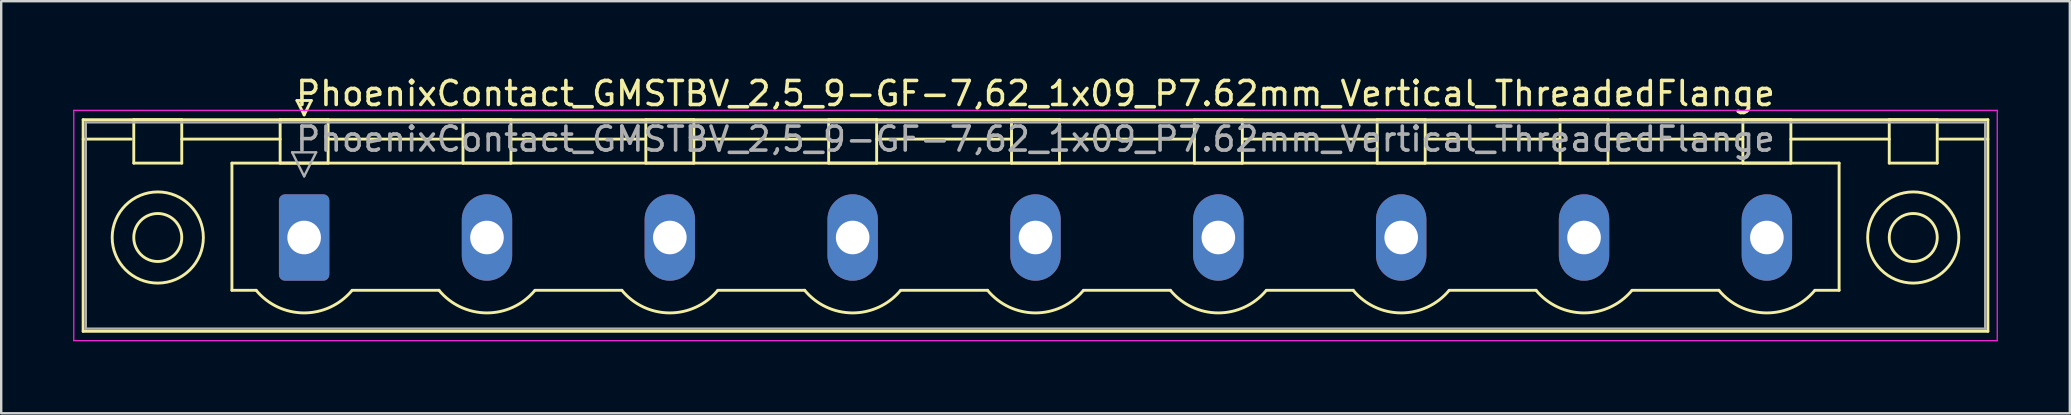
<source format=kicad_pcb>
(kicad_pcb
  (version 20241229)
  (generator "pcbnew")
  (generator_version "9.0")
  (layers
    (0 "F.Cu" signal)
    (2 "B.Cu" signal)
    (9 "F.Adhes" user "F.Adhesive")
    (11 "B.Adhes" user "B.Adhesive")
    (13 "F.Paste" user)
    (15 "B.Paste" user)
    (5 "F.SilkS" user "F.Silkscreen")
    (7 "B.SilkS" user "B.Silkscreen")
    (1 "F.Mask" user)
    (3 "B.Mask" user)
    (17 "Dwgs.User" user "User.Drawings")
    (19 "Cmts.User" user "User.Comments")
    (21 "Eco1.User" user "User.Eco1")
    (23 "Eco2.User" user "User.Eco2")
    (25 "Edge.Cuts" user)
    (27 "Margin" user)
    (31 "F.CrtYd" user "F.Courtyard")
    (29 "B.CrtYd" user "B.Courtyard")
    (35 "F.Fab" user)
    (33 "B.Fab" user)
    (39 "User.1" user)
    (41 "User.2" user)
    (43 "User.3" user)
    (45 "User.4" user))
  (footprint "PhoenixContact_GMSTBV_2,5_9-GF-7,62_1x09_P7.62mm_Vertical_ThreadedFlange"
    (layer "F.Cu")
    (at 9.625 6.848)
    (property "Reference" "PhoenixContact_GMSTBV_2,5_9-GF-7,62_1x09_P7.62mm_Vertical_ThreadedFlange" (at 30.48 -6 0) (layer "F.SilkS") (effects (font (size 1 1) (thickness 0.15))))
    (attr through_hole)
    (fp_line (start -9.21 -4.91) (end -9.21 3.91) (stroke (width 0.12) (type solid)) (layer "F.SilkS"))
    (fp_line (start -9.21 -4.1) (end -7.21 -4.1) (stroke (width 0.12) (type solid)) (layer "F.SilkS"))
    (fp_line (start -9.21 3.91) (end 70.17 3.91) (stroke (width 0.12) (type solid)) (layer "F.SilkS"))
    (fp_line (start -7.1 -4.91) (end -5.1 -4.91) (stroke (width 0.12) (type solid)) (layer "F.SilkS"))
    (fp_line (start -7.1 -3.1) (end -7.1 -4.91) (stroke (width 0.12) (type solid)) (layer "F.SilkS"))
    (fp_line (start -5.1 -4.91) (end -5.1 -3.1) (stroke (width 0.12) (type solid)) (layer "F.SilkS"))
    (fp_line (start -5.1 -4.1) (end -1 -4.1) (stroke (width 0.12) (type solid)) (layer "F.SilkS"))
    (fp_line (start -5.1 -3.1) (end -7.1 -3.1) (stroke (width 0.12) (type solid)) (layer "F.SilkS"))
    (fp_line (start -3.01 -3.1) (end 63.97 -3.1) (stroke (width 0.12) (type solid)) (layer "F.SilkS"))
    (fp_line (start -3.01 2.2) (end -3.01 -3.1) (stroke (width 0.12) (type solid)) (layer "F.SilkS"))
    (fp_line (start -2 2.2) (end -3.01 2.2) (stroke (width 0.12) (type solid)) (layer "F.SilkS"))
    (fp_line (start -1 -4.91) (end 1 -4.91) (stroke (width 0.12) (type solid)) (layer "F.SilkS"))
    (fp_line (start -1 -3.1) (end -1 -4.91) (stroke (width 0.12) (type solid)) (layer "F.SilkS"))
    (fp_line (start -0.3 -5.71) (end 0.3 -5.71) (stroke (width 0.12) (type solid)) (layer "F.SilkS"))
    (fp_line (start 0 -5.11) (end -0.3 -5.71) (stroke (width 0.12) (type solid)) (layer "F.SilkS"))
    (fp_line (start 0.3 -5.71) (end 0 -5.11) (stroke (width 0.12) (type solid)) (layer "F.SilkS"))
    (fp_line (start 1 -4.91) (end 1 -3.1) (stroke (width 0.12) (type solid)) (layer "F.SilkS"))
    (fp_line (start 1 -4.1) (end 6.62 -4.1) (stroke (width 0.12) (type solid)) (layer "F.SilkS"))
    (fp_line (start 1 -3.1) (end -1 -3.1) (stroke (width 0.12) (type solid)) (layer "F.SilkS"))
    (fp_line (start 2 2.2) (end 5.62 2.2) (stroke (width 0.12) (type solid)) (layer "F.SilkS"))
    (fp_line (start 6.62 -4.91) (end 8.62 -4.91) (stroke (width 0.12) (type solid)) (layer "F.SilkS"))
    (fp_line (start 6.62 -3.1) (end 6.62 -4.91) (stroke (width 0.12) (type solid)) (layer "F.SilkS"))
    (fp_line (start 8.62 -4.91) (end 8.62 -3.1) (stroke (width 0.12) (type solid)) (layer "F.SilkS"))
    (fp_line (start 8.62 -4.1) (end 14.24 -4.1) (stroke (width 0.12) (type solid)) (layer "F.SilkS"))
    (fp_line (start 8.62 -3.1) (end 6.62 -3.1) (stroke (width 0.12) (type solid)) (layer "F.SilkS"))
    (fp_line (start 9.62 2.2) (end 13.24 2.2) (stroke (width 0.12) (type solid)) (layer "F.SilkS"))
    (fp_line (start 14.24 -4.91) (end 16.24 -4.91) (stroke (width 0.12) (type solid)) (layer "F.SilkS"))
    (fp_line (start 14.24 -3.1) (end 14.24 -4.91) (stroke (width 0.12) (type solid)) (layer "F.SilkS"))
    (fp_line (start 16.24 -4.91) (end 16.24 -3.1) (stroke (width 0.12) (type solid)) (layer "F.SilkS"))
    (fp_line (start 16.24 -4.1) (end 21.86 -4.1) (stroke (width 0.12) (type solid)) (layer "F.SilkS"))
    (fp_line (start 16.24 -3.1) (end 14.24 -3.1) (stroke (width 0.12) (type solid)) (layer "F.SilkS"))
    (fp_line (start 17.24 2.2) (end 20.86 2.2) (stroke (width 0.12) (type solid)) (layer "F.SilkS"))
    (fp_line (start 21.86 -4.91) (end 23.86 -4.91) (stroke (width 0.12) (type solid)) (layer "F.SilkS"))
    (fp_line (start 21.86 -3.1) (end 21.86 -4.91) (stroke (width 0.12) (type solid)) (layer "F.SilkS"))
    (fp_line (start 23.86 -4.91) (end 23.86 -3.1) (stroke (width 0.12) (type solid)) (layer "F.SilkS"))
    (fp_line (start 23.86 -4.1) (end 29.48 -4.1) (stroke (width 0.12) (type solid)) (layer "F.SilkS"))
    (fp_line (start 23.86 -3.1) (end 21.86 -3.1) (stroke (width 0.12) (type solid)) (layer "F.SilkS"))
    (fp_line (start 24.86 2.2) (end 28.48 2.2) (stroke (width 0.12) (type solid)) (layer "F.SilkS"))
    (fp_line (start 29.48 -4.91) (end 31.48 -4.91) (stroke (width 0.12) (type solid)) (layer "F.SilkS"))
    (fp_line (start 29.48 -3.1) (end 29.48 -4.91) (stroke (width 0.12) (type solid)) (layer "F.SilkS"))
    (fp_line (start 31.48 -4.91) (end 31.48 -3.1) (stroke (width 0.12) (type solid)) (layer "F.SilkS"))
    (fp_line (start 31.48 -4.1) (end 37.1 -4.1) (stroke (width 0.12) (type solid)) (layer "F.SilkS"))
    (fp_line (start 31.48 -3.1) (end 29.48 -3.1) (stroke (width 0.12) (type solid)) (layer "F.SilkS"))
    (fp_line (start 32.48 2.2) (end 36.1 2.2) (stroke (width 0.12) (type solid)) (layer "F.SilkS"))
    (fp_line (start 37.1 -4.91) (end 39.1 -4.91) (stroke (width 0.12) (type solid)) (layer "F.SilkS"))
    (fp_line (start 37.1 -3.1) (end 37.1 -4.91) (stroke (width 0.12) (type solid)) (layer "F.SilkS"))
    (fp_line (start 39.1 -4.91) (end 39.1 -3.1) (stroke (width 0.12) (type solid)) (layer "F.SilkS"))
    (fp_line (start 39.1 -4.1) (end 44.72 -4.1) (stroke (width 0.12) (type solid)) (layer "F.SilkS"))
    (fp_line (start 39.1 -3.1) (end 37.1 -3.1) (stroke (width 0.12) (type solid)) (layer "F.SilkS"))
    (fp_line (start 40.1 2.2) (end 43.72 2.2) (stroke (width 0.12) (type solid)) (layer "F.SilkS"))
    (fp_line (start 44.72 -4.91) (end 46.72 -4.91) (stroke (width 0.12) (type solid)) (layer "F.SilkS"))
    (fp_line (start 44.72 -3.1) (end 44.72 -4.91) (stroke (width 0.12) (type solid)) (layer "F.SilkS"))
    (fp_line (start 46.72 -4.91) (end 46.72 -3.1) (stroke (width 0.12) (type solid)) (layer "F.SilkS"))
    (fp_line (start 46.72 -4.1) (end 52.34 -4.1) (stroke (width 0.12) (type solid)) (layer "F.SilkS"))
    (fp_line (start 46.72 -3.1) (end 44.72 -3.1) (stroke (width 0.12) (type solid)) (layer "F.SilkS"))
    (fp_line (start 47.72 2.2) (end 51.34 2.2) (stroke (width 0.12) (type solid)) (layer "F.SilkS"))
    (fp_line (start 52.34 -4.91) (end 54.34 -4.91) (stroke (width 0.12) (type solid)) (layer "F.SilkS"))
    (fp_line (start 52.34 -3.1) (end 52.34 -4.91) (stroke (width 0.12) (type solid)) (layer "F.SilkS"))
    (fp_line (start 54.34 -4.91) (end 54.34 -3.1) (stroke (width 0.12) (type solid)) (layer "F.SilkS"))
    (fp_line (start 54.34 -4.1) (end 59.96 -4.1) (stroke (width 0.12) (type solid)) (layer "F.SilkS"))
    (fp_line (start 54.34 -3.1) (end 52.34 -3.1) (stroke (width 0.12) (type solid)) (layer "F.SilkS"))
    (fp_line (start 55.34 2.2) (end 58.96 2.2) (stroke (width 0.12) (type solid)) (layer "F.SilkS"))
    (fp_line (start 59.96 -4.91) (end 61.96 -4.91) (stroke (width 0.12) (type solid)) (layer "F.SilkS"))
    (fp_line (start 59.96 -3.1) (end 59.96 -4.91) (stroke (width 0.12) (type solid)) (layer "F.SilkS"))
    (fp_line (start 61.96 -4.91) (end 61.96 -3.1) (stroke (width 0.12) (type solid)) (layer "F.SilkS"))
    (fp_line (start 61.96 -4.1) (end 66.06 -4.1) (stroke (width 0.12) (type solid)) (layer "F.SilkS"))
    (fp_line (start 61.96 -3.1) (end 59.96 -3.1) (stroke (width 0.12) (type solid)) (layer "F.SilkS"))
    (fp_line (start 63.97 -3.1) (end 63.97 2.2) (stroke (width 0.12) (type solid)) (layer "F.SilkS"))
    (fp_line (start 63.97 2.2) (end 62.96 2.2) (stroke (width 0.12) (type solid)) (layer "F.SilkS"))
    (fp_line (start 66.06 -4.91) (end 68.06 -4.91) (stroke (width 0.12) (type solid)) (layer "F.SilkS"))
    (fp_line (start 66.06 -3.1) (end 66.06 -4.91) (stroke (width 0.12) (type solid)) (layer "F.SilkS"))
    (fp_line (start 68.06 -4.91) (end 68.06 -3.1) (stroke (width 0.12) (type solid)) (layer "F.SilkS"))
    (fp_line (start 68.06 -3.1) (end 66.06 -3.1) (stroke (width 0.12) (type solid)) (layer "F.SilkS"))
    (fp_line (start 70.17 -4.91) (end -9.21 -4.91) (stroke (width 0.12) (type solid)) (layer "F.SilkS"))
    (fp_line (start 70.17 -4.1) (end 68.17 -4.1) (stroke (width 0.12) (type solid)) (layer "F.SilkS"))
    (fp_line (start 70.17 3.91) (end 70.17 -4.91) (stroke (width 0.12) (type solid)) (layer "F.SilkS"))
    (fp_arc (start 1.986842 2.215821) (mid -0.010289 3.142758) (end -2 2.2) (stroke (width 0.12) (type solid)) (layer "F.SilkS"))
    (fp_arc (start 9.606842 2.215821) (mid 7.609711 3.142758) (end 5.62 2.2) (stroke (width 0.12) (type solid)) (layer "F.SilkS"))
    (fp_arc (start 17.226842 2.215821) (mid 15.229711 3.142758) (end 13.24 2.2) (stroke (width 0.12) (type solid)) (layer "F.SilkS"))
    (fp_arc (start 24.846842 2.215821) (mid 22.849711 3.142758) (end 20.86 2.2) (stroke (width 0.12) (type solid)) (layer "F.SilkS"))
    (fp_arc (start 32.466842 2.215821) (mid 30.469711 3.142758) (end 28.48 2.2) (stroke (width 0.12) (type solid)) (layer "F.SilkS"))
    (fp_arc (start 40.086842 2.215821) (mid 38.089711 3.142758) (end 36.1 2.2) (stroke (width 0.12) (type solid)) (layer "F.SilkS"))
    (fp_arc (start 47.706842 2.215821) (mid 45.709711 3.142758) (end 43.72 2.2) (stroke (width 0.12) (type solid)) (layer "F.SilkS"))
    (fp_arc (start 55.326842 2.215821) (mid 53.329711 3.142758) (end 51.34 2.2) (stroke (width 0.12) (type solid)) (layer "F.SilkS"))
    (fp_arc (start 62.946842 2.215821) (mid 60.949711 3.142758) (end 58.96 2.2) (stroke (width 0.12) (type solid)) (layer "F.SilkS"))
    (fp_circle (center -6.1 0) (end -5.1 0) (stroke (width 0.12) (type solid)) (fill no) (layer "F.SilkS"))
    (fp_circle (center -6.1 0) (end -4.2 0) (stroke (width 0.12) (type solid)) (fill no) (layer "F.SilkS"))
    (fp_circle (center 67.06 0) (end 68.06 0) (stroke (width 0.12) (type solid)) (fill no) (layer "F.SilkS"))
    (fp_circle (center 67.06 0) (end 68.96 0) (stroke (width 0.12) (type solid)) (fill no) (layer "F.SilkS"))
    (fp_line (start -9.6 -5.3) (end -9.6 4.3) (stroke (width 0.05) (type solid)) (layer "F.CrtYd"))
    (fp_line (start -9.6 4.3) (end 70.56 4.3) (stroke (width 0.05) (type solid)) (layer "F.CrtYd"))
    (fp_line (start 70.56 -5.3) (end -9.6 -5.3) (stroke (width 0.05) (type solid)) (layer "F.CrtYd"))
    (fp_line (start 70.56 4.3) (end 70.56 -5.3) (stroke (width 0.05) (type solid)) (layer "F.CrtYd"))
    (fp_line (start -9.1 -4.8) (end -9.1 3.8) (stroke (width 0.1) (type solid)) (layer "F.Fab"))
    (fp_line (start -9.1 3.8) (end 70.06 3.8) (stroke (width 0.1) (type solid)) (layer "F.Fab"))
    (fp_line (start -0.5 -3.55) (end 0.5 -3.55) (stroke (width 0.1) (type solid)) (layer "F.Fab"))
    (fp_line (start 0 -2.55) (end -0.5 -3.55) (stroke (width 0.1) (type solid)) (layer "F.Fab"))
    (fp_line (start 0.5 -3.55) (end 0 -2.55) (stroke (width 0.1) (type solid)) (layer "F.Fab"))
    (fp_line (start 70.06 -4.8) (end -9.1 -4.8) (stroke (width 0.1) (type solid)) (layer "F.Fab"))
    (fp_line (start 70.06 3.8) (end 70.06 -4.8) (stroke (width 0.1) (type solid)) (layer "F.Fab"))
    (fp_text user "${REFERENCE}" (at 30.48 -4.1 0) (layer "F.Fab") (effects (font (size 1 1) (thickness 0.15))))
    (pad "1" thru_hole roundrect (at 0 0) (size 2.1 3.6) (drill 1.4) (layers "*.Cu" "*.Mask") (roundrect_rratio 0.119))
    (pad "2" thru_hole oval (at 7.62 0) (size 2.1 3.6) (drill 1.4) (layers "*.Cu" "*.Mask"))
    (pad "3" thru_hole oval (at 15.24 0) (size 2.1 3.6) (drill 1.4) (layers "*.Cu" "*.Mask"))
    (pad "4" thru_hole oval (at 22.86 0) (size 2.1 3.6) (drill 1.4) (layers "*.Cu" "*.Mask"))
    (pad "5" thru_hole oval (at 30.48 0) (size 2.1 3.6) (drill 1.4) (layers "*.Cu" "*.Mask"))
    (pad "6" thru_hole oval (at 38.1 0) (size 2.1 3.6) (drill 1.4) (layers "*.Cu" "*.Mask"))
    (pad "7" thru_hole oval (at 45.72 0) (size 2.1 3.6) (drill 1.4) (layers "*.Cu" "*.Mask"))
    (pad "8" thru_hole oval (at 53.34 0) (size 2.1 3.6) (drill 1.4) (layers "*.Cu" "*.Mask"))
    (pad "9" thru_hole oval (at 60.96 0) (size 2.1 3.6) (drill 1.4) (layers "*.Cu" "*.Mask")))
  (gr_rect
    (start -3 -3)
    (end 83.21 14.173)
    (stroke (width 0.1) (type default))
    (fill no)
    (layer "Edge.Cuts")))
</source>
